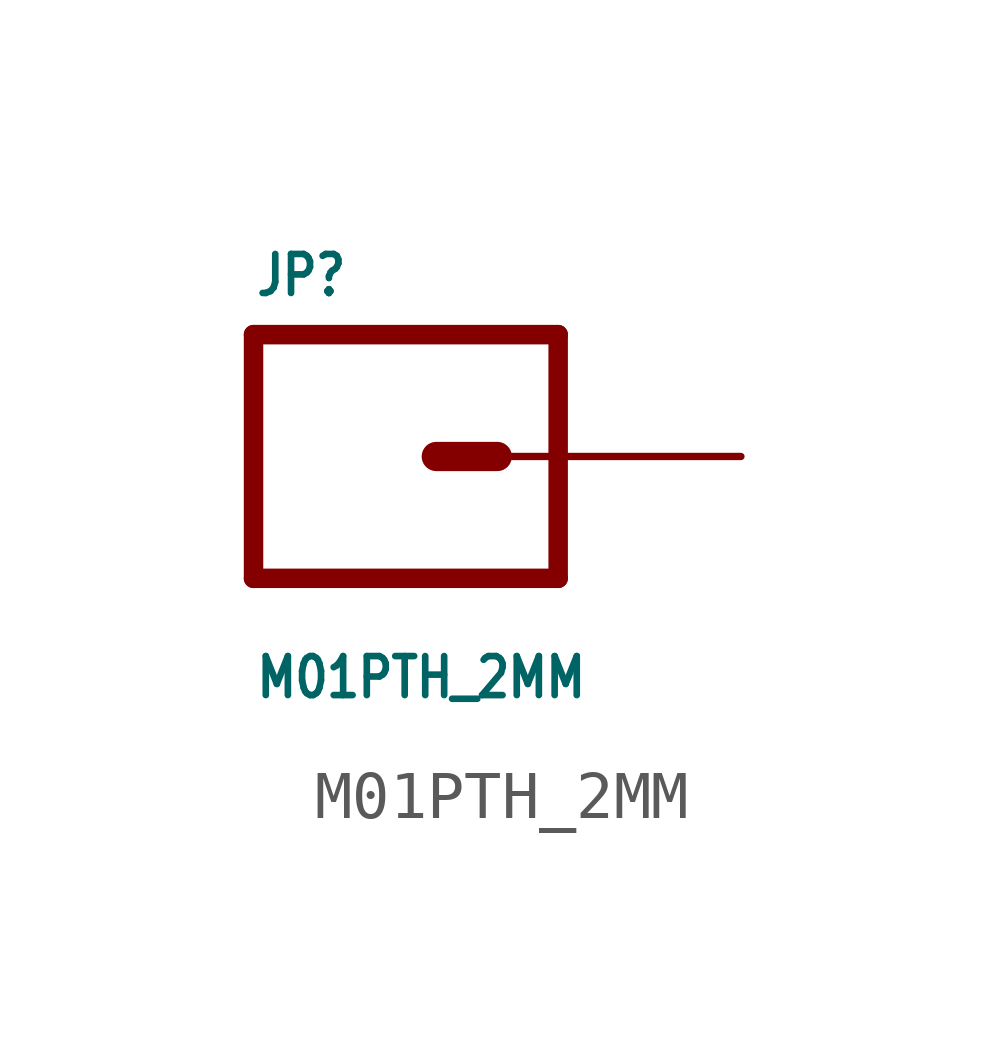
<source format=kicad_sym>
(kicad_symbol_lib
  (version 20211014)
  (generator kicad_symbol_editor)
  (symbol "M01PTH_2MM"
    (property "Reference" "JP"
      (at -2.54 3.302 0)
      (effects (font (size 0.813 0.691) bold) (justify left bottom)))
    (property "Value" "M01PTH_2MM"
      (at -2.54 -5.08 0)
      (effects (font (size 0.813 0.691) bold) (justify left bottom)))
    (property "ki_locked" ""
      (at 0 0 0)
      (effects (font (size 1.27 1.27))))
    (symbol "M01PTH_2MM_1_0"
      (polyline (pts (xy -2.54 2.54) (xy -2.54 -2.54)) (stroke (width 0.406) (type default) (color 0 0 0 0)) (fill (type none)))
      (polyline (pts (xy -2.54 2.54) (xy 3.81 2.54)) (stroke (width 0.406) (type default) (color 0 0 0 0)) (fill (type none)))
      (polyline (pts (xy 1.27 0) (xy 2.54 0)) (stroke (width 0.61) (type default) (color 0 0 0 0)) (fill (type none)))
      (polyline (pts (xy 3.81 -2.54) (xy -2.54 -2.54)) (stroke (width 0.406) (type default) (color 0 0 0 0)) (fill (type none)))
      (polyline (pts (xy 3.81 -2.54) (xy 3.81 2.54)) (stroke (width 0.406) (type default) (color 0 0 0 0)) (fill (type none)))
      (pin passive line (at 7.62 0 180) (length 5.08) (name "1" (effects (font (size 0 0)))) (number "1" (effects (font (size 0 0))))))))
</source>
